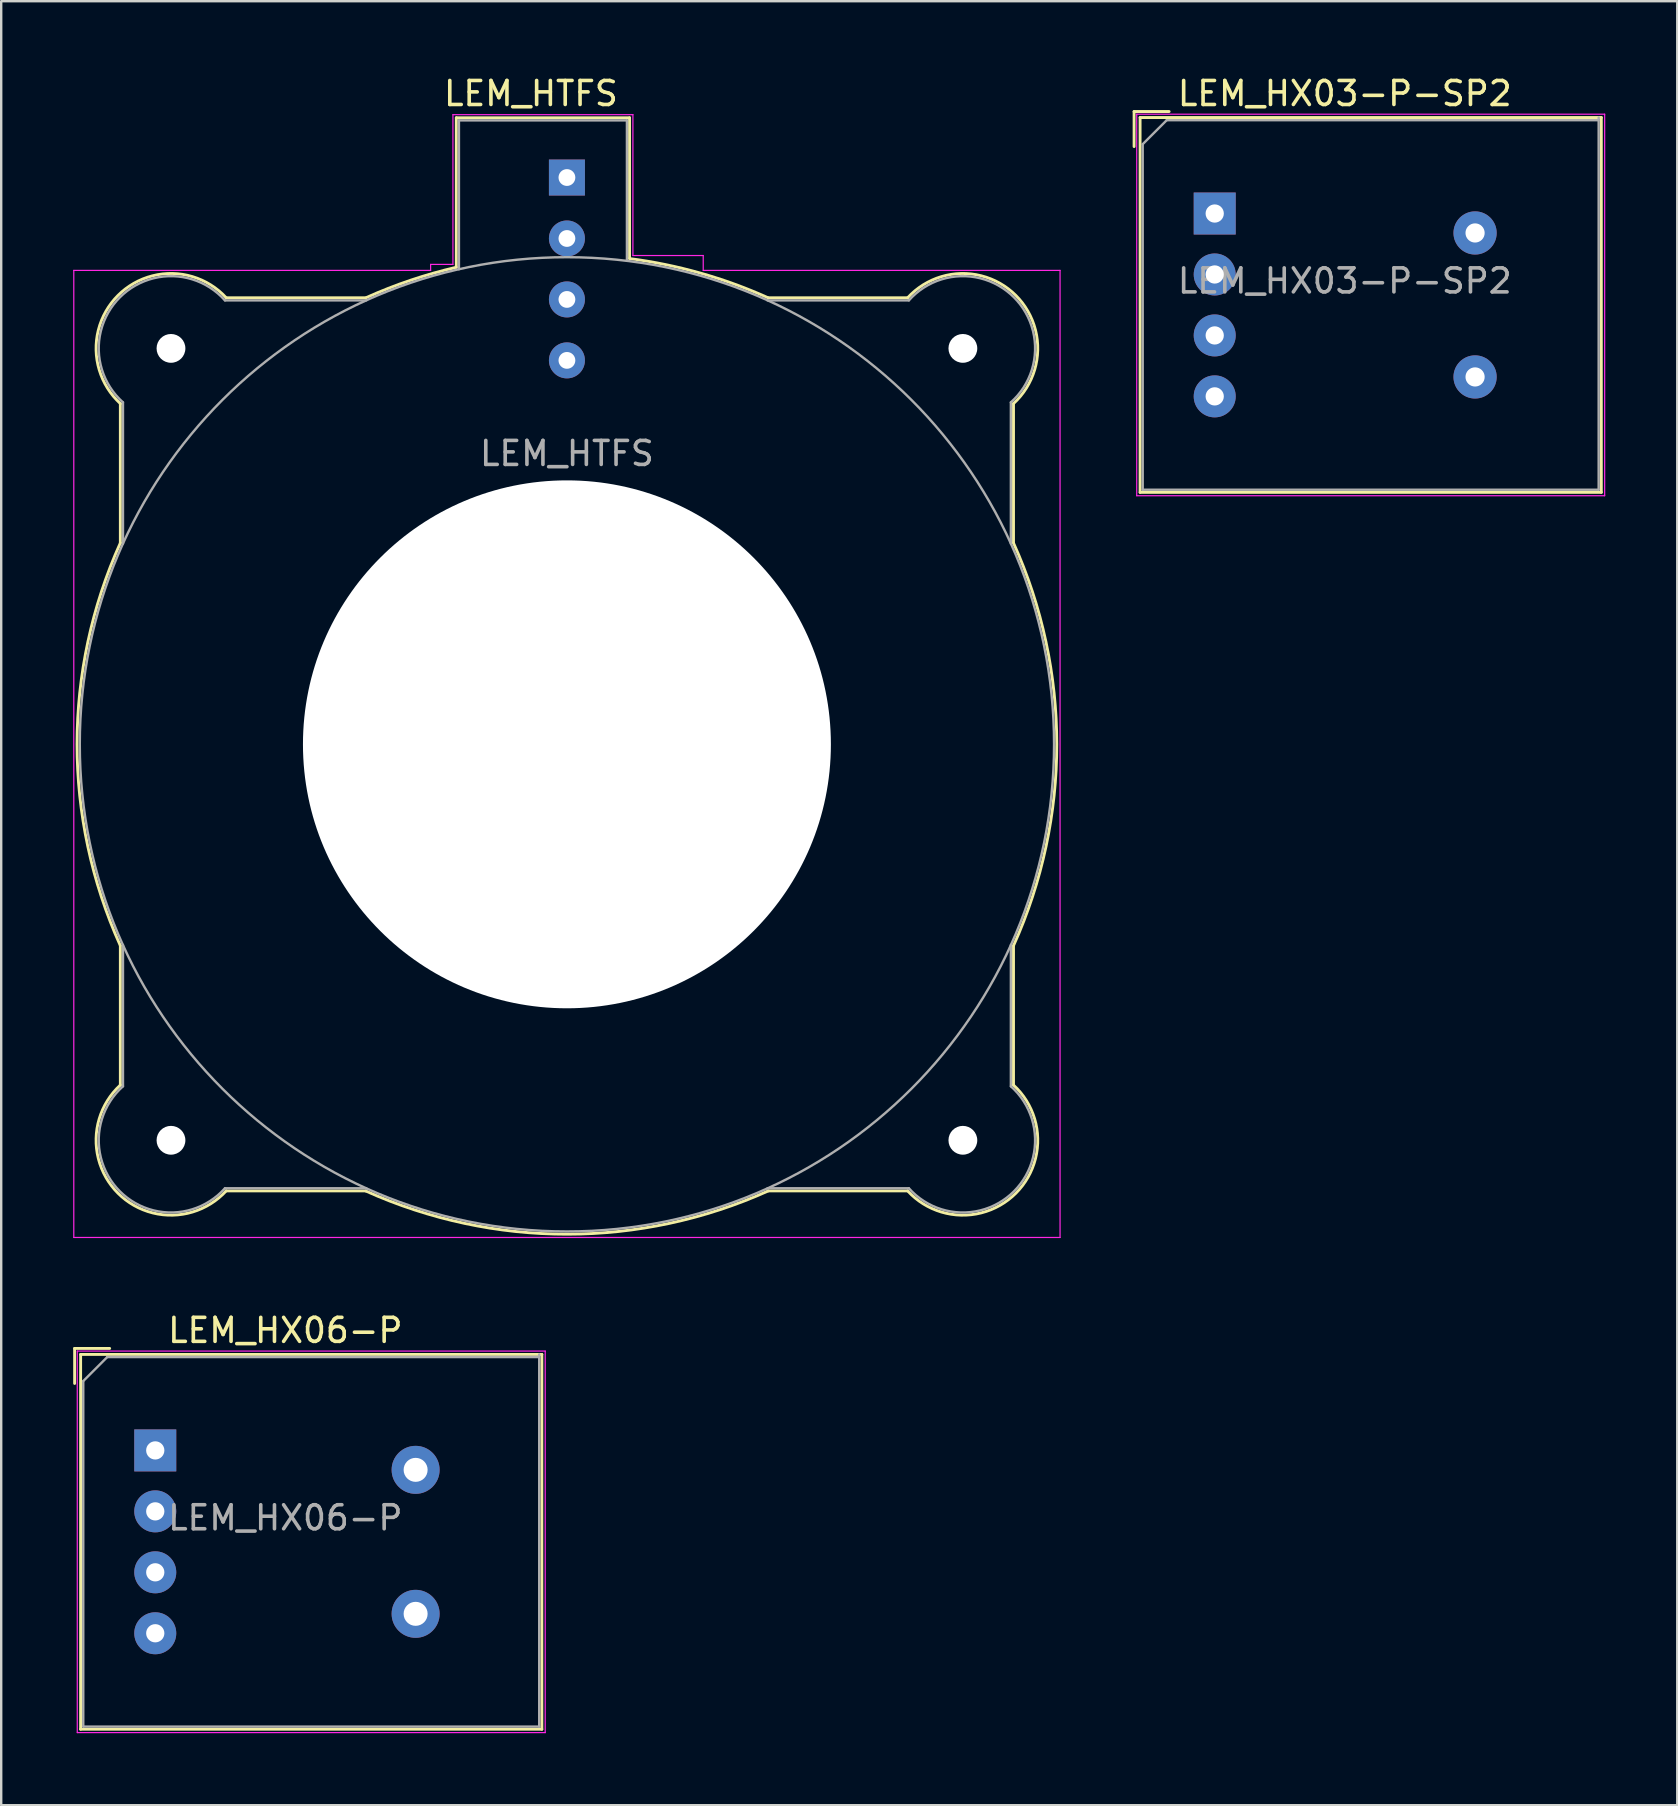
<source format=kicad_pcb>
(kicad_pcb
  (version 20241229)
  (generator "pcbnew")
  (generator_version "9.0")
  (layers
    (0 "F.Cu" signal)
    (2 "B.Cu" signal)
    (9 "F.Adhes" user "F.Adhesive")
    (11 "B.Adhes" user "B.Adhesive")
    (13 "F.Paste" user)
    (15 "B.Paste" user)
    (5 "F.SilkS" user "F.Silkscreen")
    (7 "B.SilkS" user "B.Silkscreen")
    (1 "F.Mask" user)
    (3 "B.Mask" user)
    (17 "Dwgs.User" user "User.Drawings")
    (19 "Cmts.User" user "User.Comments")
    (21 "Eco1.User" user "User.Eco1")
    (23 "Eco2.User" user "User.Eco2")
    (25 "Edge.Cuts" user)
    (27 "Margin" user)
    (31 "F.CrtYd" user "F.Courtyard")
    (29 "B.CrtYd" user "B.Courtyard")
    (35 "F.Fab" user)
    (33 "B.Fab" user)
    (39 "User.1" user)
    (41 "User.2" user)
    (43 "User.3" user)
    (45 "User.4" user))
  (footprint "LEM_HX06-P"
    (layer "F.Cu")
    (at 3.42 57.392)
    (property "Reference" "LEM_HX06-P" (at 5.42 -5 0) (layer "F.SilkS") (effects (font (size 1 1) (thickness 0.15))))
    (attr through_hole)
    (fp_line (start -3.36 -2.79) (end -3.36 -4.25) (stroke (width 0.12) (type solid)) (layer "F.SilkS"))
    (fp_line (start -3.11 -4) (end -3.11 11.62) (stroke (width 0.12) (type solid)) (layer "F.SilkS"))
    (fp_line (start -3.11 11.62) (end 16.11 11.62) (stroke (width 0.12) (type solid)) (layer "F.SilkS"))
    (fp_line (start -1.9 -4.25) (end -3.36 -4.25) (stroke (width 0.12) (type solid)) (layer "F.SilkS"))
    (fp_line (start 16.11 -4) (end -3.11 -4) (stroke (width 0.12) (type solid)) (layer "F.SilkS"))
    (fp_line (start 16.11 11.62) (end 16.11 -4) (stroke (width 0.12) (type solid)) (layer "F.SilkS"))
    (fp_line (start -3.25 -4.14) (end -3.25 11.76) (stroke (width 0.05) (type solid)) (layer "F.CrtYd"))
    (fp_line (start -3.25 11.76) (end 16.25 11.76) (stroke (width 0.05) (type solid)) (layer "F.CrtYd"))
    (fp_line (start 16.25 -4.14) (end -3.25 -4.14) (stroke (width 0.05) (type solid)) (layer "F.CrtYd"))
    (fp_line (start 16.25 11.76) (end 16.25 -4.14) (stroke (width 0.05) (type solid)) (layer "F.CrtYd"))
    (fp_line (start -3 -2.89) (end -3 11.51) (stroke (width 0.1) (type solid)) (layer "F.Fab"))
    (fp_line (start -3 11.51) (end 16 11.51) (stroke (width 0.1) (type solid)) (layer "F.Fab"))
    (fp_line (start -2 -3.89) (end -3 -2.89) (stroke (width 0.1) (type solid)) (layer "F.Fab"))
    (fp_line (start 16 -3.89) (end -2 -3.89) (stroke (width 0.1) (type solid)) (layer "F.Fab"))
    (fp_line (start 16 11.51) (end 16 -4) (stroke (width 0.1) (type solid)) (layer "F.Fab"))
    (fp_text user "${REFERENCE}" (at 5.42 2.81 0) (layer "F.Fab") (effects (font (size 1 1) (thickness 0.15))))
    (pad "1" thru_hole rect (at 0 0) (size 1.75 1.75) (drill 0.76) (layers "*.Cu" "*.Mask"))
    (pad "2" thru_hole circle (at 0 2.54) (size 1.75 1.75) (drill 0.76) (layers "*.Cu" "*.Mask"))
    (pad "3" thru_hole circle (at 0 5.08) (size 1.75 1.75) (drill 0.76) (layers "*.Cu" "*.Mask"))
    (pad "4" thru_hole circle (at 0 7.62) (size 1.75 1.75) (drill 0.76) (layers "*.Cu" "*.Mask"))
    (pad "5" thru_hole circle (at 10.85 0.81) (size 2 2) (drill 1) (layers "*.Cu" "*.Mask"))
    (pad "6" thru_hole circle (at 10.85 6.81) (size 2 2) (drill 1) (layers "*.Cu" "*.Mask")))
  (footprint "LEM_HTFS"
    (layer "F.Cu")
    (at 20.575 4.348)
    (property "Reference" "LEM_HTFS" (at -1.5 -3.5 180) (layer "F.SilkS") (effects (font (size 1 1) (thickness 0.15))))
    (attr through_hole)
    (fp_line (start -18.61 15.23) (end -18.61 9.42) (stroke (width 0.12) (type solid)) (layer "F.SilkS"))
    (fp_line (start -18.61 37.82) (end -18.61 32.01) (stroke (width 0.12) (type solid)) (layer "F.SilkS"))
    (fp_line (start -8.38 5.01) (end -14.2 5.01) (stroke (width 0.12) (type solid)) (layer "F.SilkS"))
    (fp_line (start -8.38 42.23) (end -14.2 42.23) (stroke (width 0.12) (type solid)) (layer "F.SilkS"))
    (fp_line (start -4.61 -2.49) (end -4.61 3.74) (stroke (width 0.12) (type solid)) (layer "F.SilkS"))
    (fp_line (start -4.61 -2.49) (end 2.61 -2.49) (stroke (width 0.12) (type solid)) (layer "F.SilkS"))
    (fp_line (start 2.61 -2.49) (end 2.61 3.37) (stroke (width 0.12) (type solid)) (layer "F.SilkS"))
    (fp_line (start 8.38 5.01) (end 14.2 5.01) (stroke (width 0.12) (type solid)) (layer "F.SilkS"))
    (fp_line (start 8.38 42.23) (end 14.2 42.23) (stroke (width 0.12) (type solid)) (layer "F.SilkS"))
    (fp_line (start 18.61 15.23) (end 18.61 9.42) (stroke (width 0.12) (type solid)) (layer "F.SilkS"))
    (fp_line (start 18.61 37.82) (end 18.61 32.01) (stroke (width 0.12) (type solid)) (layer "F.SilkS"))
    (fp_arc (start -18.615098 31.998684) (mid -20.413823 23.613794) (end -18.61 15.23) (stroke (width 0.12) (type solid)) (layer "F.SilkS"))
    (fp_arc (start -18.607349 9.422429) (mid -18.708316 4.914226) (end -14.2 5.01) (stroke (width 0.12) (type solid)) (layer "F.SilkS"))
    (fp_arc (start -14.197571 42.227349) (mid -18.705774 42.328316) (end -18.61 37.82) (stroke (width 0.12) (type solid)) (layer "F.SilkS"))
    (fp_arc (start -8.351096 4.999428) (mid -6.511071 4.279047) (end -4.61 3.74) (stroke (width 0.12) (type solid)) (layer "F.SilkS"))
    (fp_arc (start 2.60813 3.377615) (mid 5.55436 3.980612) (end 8.38 5.01) (stroke (width 0.12) (type solid)) (layer "F.SilkS"))
    (fp_arc (start 8.39 42.23) (mid 0.006206 44.033823) (end -8.378684 42.235098) (stroke (width 0.12) (type solid)) (layer "F.SilkS"))
    (fp_arc (start 14.197571 5.012651) (mid 18.705774 4.911684) (end 18.61 9.42) (stroke (width 0.12) (type solid)) (layer "F.SilkS"))
    (fp_arc (start 18.607349 37.817571) (mid 18.708316 42.325774) (end 14.2 42.23) (stroke (width 0.12) (type solid)) (layer "F.SilkS"))
    (fp_arc (start 18.61 15.23) (mid 20.413823 23.613794) (end 18.615098 31.998684) (stroke (width 0.12) (type solid)) (layer "F.SilkS"))
    (fp_line (start -20.55 3.87) (end -5.68 3.87) (stroke (width 0.05) (type solid)) (layer "F.CrtYd"))
    (fp_line (start -20.55 44.17) (end -20.55 3.87) (stroke (width 0.05) (type solid)) (layer "F.CrtYd"))
    (fp_line (start -5.68 3.62) (end -5.68 3.87) (stroke (width 0.05) (type solid)) (layer "F.CrtYd"))
    (fp_line (start -4.75 -2.62) (end 2.75 -2.62) (stroke (width 0.05) (type solid)) (layer "F.CrtYd"))
    (fp_line (start -4.75 3.62) (end -5.68 3.62) (stroke (width 0.05) (type solid)) (layer "F.CrtYd"))
    (fp_line (start -4.75 3.62) (end -4.75 -2.62) (stroke (width 0.05) (type solid)) (layer "F.CrtYd"))
    (fp_line (start 2.75 -2.62) (end 2.75 3.25) (stroke (width 0.05) (type solid)) (layer "F.CrtYd"))
    (fp_line (start 5.68 3.25) (end 2.75 3.25) (stroke (width 0.05) (type solid)) (layer "F.CrtYd"))
    (fp_line (start 5.68 3.87) (end 5.68 3.25) (stroke (width 0.05) (type solid)) (layer "F.CrtYd"))
    (fp_line (start 5.68 3.87) (end 20.55 3.87) (stroke (width 0.05) (type solid)) (layer "F.CrtYd"))
    (fp_line (start 20.55 44.17) (end -20.55 44.17) (stroke (width 0.05) (type solid)) (layer "F.CrtYd"))
    (fp_line (start 20.55 44.17) (end 20.55 3.87) (stroke (width 0.05) (type solid)) (layer "F.CrtYd"))
    (fp_line (start -18.5 15.26) (end -18.5 9.37) (stroke (width 0.1) (type solid)) (layer "F.Fab"))
    (fp_line (start -18.5 37.87) (end -18.5 31.98) (stroke (width 0.1) (type solid)) (layer "F.Fab"))
    (fp_line (start -14.25 5.12) (end -8.36 5.12) (stroke (width 0.1) (type solid)) (layer "F.Fab"))
    (fp_line (start -14.25 42.12) (end -8.36 42.12) (stroke (width 0.1) (type solid)) (layer "F.Fab"))
    (fp_line (start -4.5 -2.38) (end -4.5 3.82) (stroke (width 0.1) (type solid)) (layer "F.Fab"))
    (fp_line (start -4.5 -2.38) (end 2.5 -2.38) (stroke (width 0.1) (type solid)) (layer "F.Fab"))
    (fp_line (start 2.5 -2.38) (end 2.5 3.47) (stroke (width 0.1) (type solid)) (layer "F.Fab"))
    (fp_line (start 14.25 5.12) (end 8.36 5.12) (stroke (width 0.1) (type solid)) (layer "F.Fab"))
    (fp_line (start 14.25 42.12) (end 8.36 42.12) (stroke (width 0.1) (type solid)) (layer "F.Fab"))
    (fp_line (start 18.5 15.26) (end 18.5 9.37) (stroke (width 0.1) (type solid)) (layer "F.Fab"))
    (fp_line (start 18.5 37.87) (end 18.5 31.98) (stroke (width 0.1) (type solid)) (layer "F.Fab"))
    (fp_arc (start -18.501292 9.36885) (mid -18.628061 4.990716) (end -14.25 5.12) (stroke (width 0.1) (type solid)) (layer "F.Fab"))
    (fp_arc (start -14.25115 42.121292) (mid -18.629284 42.248061) (end -18.5 37.87) (stroke (width 0.1) (type solid)) (layer "F.Fab"))
    (fp_arc (start 14.25115 5.118708) (mid 18.629284 4.991939) (end 18.5 9.37) (stroke (width 0.1) (type solid)) (layer "F.Fab"))
    (fp_arc (start 18.501292 37.87115) (mid 18.628061 42.249284) (end 14.25 42.12) (stroke (width 0.1) (type solid)) (layer "F.Fab"))
    (fp_circle (center 0 23.62) (end 0 3.32) (stroke (width 0.1) (type solid)) (fill no) (layer "F.Fab"))
    (fp_text user "${REFERENCE}" (at 0 11.5 180) (layer "F.Fab") (effects (font (size 1 1) (thickness 0.15))))
    (pad "" np_thru_hole circle (at -16.5 7.12) (size 1.2 1.2) (drill 1.2) (layers "*.Cu" "*.Mask"))
    (pad "" np_thru_hole circle (at -16.5 40.12) (size 1.2 1.2) (drill 1.2) (layers "*.Cu" "*.Mask"))
    (pad "" np_thru_hole circle (at 0 23.62) (size 22 22) (drill 22) (layers "*.Cu" "*.Mask"))
    (pad "" np_thru_hole circle (at 16.5 7.12) (size 1.2 1.2) (drill 1.2) (layers "*.Cu" "*.Mask"))
    (pad "" np_thru_hole circle (at 16.5 40.12) (size 1.2 1.2) (drill 1.2) (layers "*.Cu" "*.Mask"))
    (pad "1" thru_hole rect (at 0 0) (size 1.5 1.5) (drill 0.7) (layers "*.Cu" "*.Mask"))
    (pad "2" thru_hole circle (at 0 2.54) (size 1.5 1.5) (drill 0.7) (layers "*.Cu" "*.Mask"))
    (pad "3" thru_hole circle (at 0 5.08) (size 1.5 1.5) (drill 0.7) (layers "*.Cu" "*.Mask"))
    (pad "4" thru_hole circle (at 0 7.62) (size 1.5 1.5) (drill 0.7) (layers "*.Cu" "*.Mask")))
  (footprint "LEM_HX03-P-SP2"
    (layer "F.Cu")
    (at 47.57 5.848)
    (property "Reference" "LEM_HX03-P-SP2" (at 5.42 -5 0) (layer "F.SilkS") (effects (font (size 1 1) (thickness 0.15))))
    (attr through_hole)
    (fp_line (start -3.36 -2.79) (end -3.36 -4.25) (stroke (width 0.12) (type solid)) (layer "F.SilkS"))
    (fp_line (start -3.11 -4) (end -3.11 11.62) (stroke (width 0.12) (type solid)) (layer "F.SilkS"))
    (fp_line (start -3.11 11.62) (end 16.11 11.62) (stroke (width 0.12) (type solid)) (layer "F.SilkS"))
    (fp_line (start -1.9 -4.25) (end -3.36 -4.25) (stroke (width 0.12) (type solid)) (layer "F.SilkS"))
    (fp_line (start 16.11 -4) (end -3.11 -4) (stroke (width 0.12) (type solid)) (layer "F.SilkS"))
    (fp_line (start 16.11 11.62) (end 16.11 -4) (stroke (width 0.12) (type solid)) (layer "F.SilkS"))
    (fp_line (start -3.25 -4.14) (end -3.25 11.76) (stroke (width 0.05) (type solid)) (layer "F.CrtYd"))
    (fp_line (start -3.25 11.76) (end 16.25 11.76) (stroke (width 0.05) (type solid)) (layer "F.CrtYd"))
    (fp_line (start 16.25 -4.14) (end -3.25 -4.14) (stroke (width 0.05) (type solid)) (layer "F.CrtYd"))
    (fp_line (start 16.25 11.76) (end 16.25 -4.14) (stroke (width 0.05) (type solid)) (layer "F.CrtYd"))
    (fp_line (start -3 -2.89) (end -3 11.51) (stroke (width 0.1) (type solid)) (layer "F.Fab"))
    (fp_line (start -3 11.51) (end 16 11.51) (stroke (width 0.1) (type solid)) (layer "F.Fab"))
    (fp_line (start -2 -3.89) (end -3 -2.89) (stroke (width 0.1) (type solid)) (layer "F.Fab"))
    (fp_line (start 16 -3.89) (end -2 -3.89) (stroke (width 0.1) (type solid)) (layer "F.Fab"))
    (fp_line (start 16 11.51) (end 16 -4) (stroke (width 0.1) (type solid)) (layer "F.Fab"))
    (fp_text user "${REFERENCE}" (at 5.42 2.81 0) (layer "F.Fab") (effects (font (size 1 1) (thickness 0.15))))
    (pad "1" thru_hole rect (at 0 0) (size 1.75 1.75) (drill 0.76) (layers "*.Cu" "*.Mask"))
    (pad "2" thru_hole circle (at 0 2.54) (size 1.75 1.75) (drill 0.76) (layers "*.Cu" "*.Mask"))
    (pad "3" thru_hole circle (at 0 5.08) (size 1.75 1.75) (drill 0.76) (layers "*.Cu" "*.Mask"))
    (pad "4" thru_hole circle (at 0 7.62) (size 1.75 1.75) (drill 0.76) (layers "*.Cu" "*.Mask"))
    (pad "5" thru_hole circle (at 10.85 0.81) (size 1.8 1.8) (drill 0.8) (layers "*.Cu" "*.Mask"))
    (pad "6" thru_hole circle (at 10.85 6.81) (size 1.8 1.8) (drill 0.8) (layers "*.Cu" "*.Mask")))
  (gr_rect
    (start -3 -3)
    (end 66.845 72.177)
    (stroke (width 0.1) (type default))
    (fill no)
    (layer "Edge.Cuts")))
</source>
